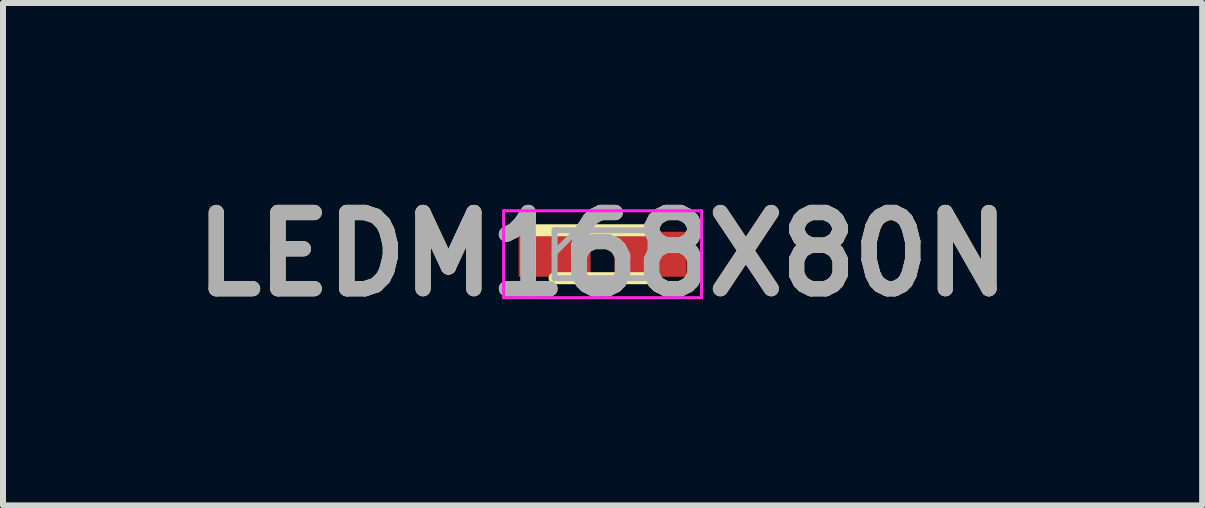
<source format=kicad_pcb>
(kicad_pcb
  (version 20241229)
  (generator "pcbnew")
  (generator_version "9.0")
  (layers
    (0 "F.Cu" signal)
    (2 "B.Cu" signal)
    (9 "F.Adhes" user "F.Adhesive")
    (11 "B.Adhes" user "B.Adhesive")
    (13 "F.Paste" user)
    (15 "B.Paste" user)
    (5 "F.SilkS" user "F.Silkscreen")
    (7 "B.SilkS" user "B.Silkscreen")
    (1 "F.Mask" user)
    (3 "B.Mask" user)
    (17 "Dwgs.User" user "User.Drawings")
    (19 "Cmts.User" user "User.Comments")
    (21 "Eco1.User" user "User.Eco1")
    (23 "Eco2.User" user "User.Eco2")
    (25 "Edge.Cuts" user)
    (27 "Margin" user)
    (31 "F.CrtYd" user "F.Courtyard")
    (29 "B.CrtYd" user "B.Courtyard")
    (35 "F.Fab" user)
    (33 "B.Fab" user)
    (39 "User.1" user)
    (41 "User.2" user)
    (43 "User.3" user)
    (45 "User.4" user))
  (footprint "LEDM168X80N"
    (layer "F.Cu")
    (at 6.997 1.189)
    (property "Reference" "LEDM168X80N" (at 0 0 0) (layer "F.SilkS") (effects (font (size 1.27 1.27) (thickness 0.254))))
    (attr smd)
    (fp_line (start -0.8 0.4) (end 0.8 0.4) (stroke (width 0.2) (type solid)) (layer "F.SilkS"))
    (fp_line (start 0.8 -0.4) (end -1.175 -0.4) (stroke (width 0.2) (type solid)) (layer "F.SilkS"))
    (fp_line (start -1.65 -0.725) (end 1.65 -0.725) (stroke (width 0.05) (type solid)) (layer "F.CrtYd"))
    (fp_line (start -1.65 0.725) (end -1.65 -0.725) (stroke (width 0.05) (type solid)) (layer "F.CrtYd"))
    (fp_line (start 1.65 -0.725) (end 1.65 0.725) (stroke (width 0.05) (type solid)) (layer "F.CrtYd"))
    (fp_line (start 1.65 0.725) (end -1.65 0.725) (stroke (width 0.05) (type solid)) (layer "F.CrtYd"))
    (fp_line (start -0.8 -0.4) (end 0.8 -0.4) (stroke (width 0.1) (type solid)) (layer "F.Fab"))
    (fp_line (start -0.8 -0.025) (end -0.425 -0.4) (stroke (width 0.1) (type solid)) (layer "F.Fab"))
    (fp_line (start -0.8 0.4) (end -0.8 -0.4) (stroke (width 0.1) (type solid)) (layer "F.Fab"))
    (fp_line (start 0.8 -0.4) (end 0.8 0.4) (stroke (width 0.1) (type solid)) (layer "F.Fab"))
    (fp_line (start 0.8 0.4) (end -0.8 0.4) (stroke (width 0.1) (type solid)) (layer "F.Fab"))
    (fp_text user "${REFERENCE}" (at 0 0 0) (layer "F.Fab") (effects (font (size 1.27 1.27) (thickness 0.254))))
    (pad "1" smd rect (at -0.8 0 90) (size 0.75 1.2) (layers "F.Cu" "F.Mask" "F.Paste"))
    (pad "2" smd rect (at 0.8 0 90) (size 0.75 1.2) (layers "F.Cu" "F.Mask" "F.Paste")))
  (gr_rect
    (start -3 -3)
    (end 16.994 5.377)
    (stroke (width 0.1) (type default))
    (fill no)
    (layer "Edge.Cuts")))
</source>
